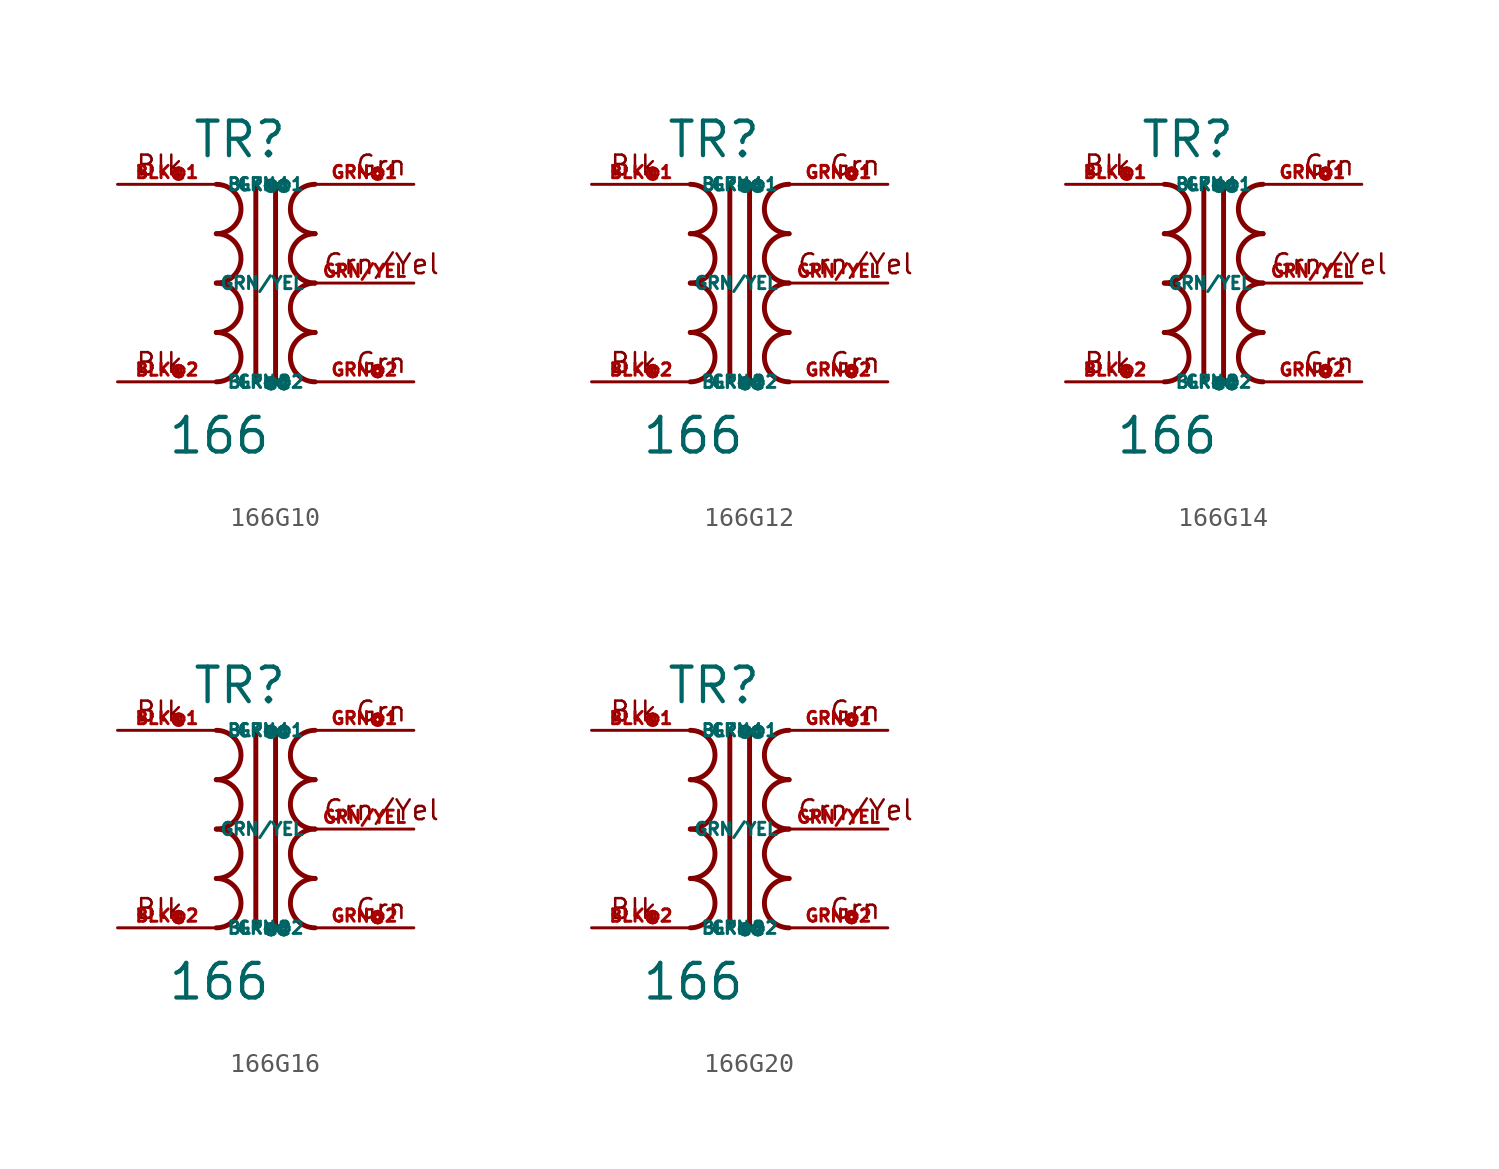
<source format=kicad_sym>
(kicad_symbol_lib
  (version 20220914)
  (generator Eagle2Kicad)
  (symbol "166G10"
    (property "Reference" "TR"
      (at -3.81 6.35 0)
      (effects (font (size 1.778 1.778) (thickness 0.22)) (justify left bottom)))
    (property "Value" "166"
      (at -5.08 -8.89 0)
      (effects (font (size 1.778 1.778) (thickness 0.22)) (justify left bottom)))
    (polyline
      (pts (xy -0.508 5.08) (xy -0.508 -5.08))
      (stroke (width 0.254) (type default))
      (fill (type none)))
    (arc
      (start -2.54 0)
      (mid -1.270 1.270)
      (end -2.54 2.54)
      (stroke (width 0.254) (type default))
      (fill (type none)))
    (arc
      (start -2.54 -2.54)
      (mid -1.270 -1.270)
      (end -2.54 0)
      (stroke (width 0.254) (type default))
      (fill (type none)))
    (arc
      (start -2.54 -5.08)
      (mid -1.270 -3.810)
      (end -2.54 -2.54)
      (stroke (width 0.254) (type default))
      (fill (type none)))
    (arc
      (start -2.54 2.54)
      (mid -1.270 3.810)
      (end -2.54 5.08)
      (stroke (width 0.254) (type default))
      (fill (type none)))
    (arc
      (start 2.54 2.54)
      (mid 1.270 1.270)
      (end 2.54 0)
      (stroke (width 0.254) (type default))
      (fill (type none)))
    (arc
      (start 2.54 5.08)
      (mid 1.270 3.810)
      (end 2.54 2.54)
      (stroke (width 0.254) (type default))
      (fill (type none)))
    (arc
      (start 2.54 0)
      (mid 1.270 -1.270)
      (end 2.54 -2.54)
      (stroke (width 0.254) (type default))
      (fill (type none)))
    (arc
      (start 2.54 -2.54)
      (mid 1.270 -3.810)
      (end 2.54 -5.08)
      (stroke (width 0.254) (type default))
      (fill (type none)))
    (polyline
      (pts (xy 0.508 5.08) (xy 0.508 -5.08))
      (stroke (width 0.254) (type default))
      (fill (type none)))
    (text "Blk"
      (at -6.731 5.461 0)
      (effects (font (size 1.016 1.016) (thickness 0.13)) (justify left bottom)))
    (text "Blk"
      (at -6.731 -4.699 0)
      (effects (font (size 1.016 1.016) (thickness 0.13)) (justify left bottom)))
    (text "Grn"
      (at 4.572 5.461 0)
      (effects (font (size 1.016 1.016) (thickness 0.13)) (justify left bottom)))
    (text "Grn"
      (at 4.572 -4.699 0)
      (effects (font (size 1.016 1.016) (thickness 0.13)) (justify left bottom)))
    (text "Grn/Yel"
      (at 2.921 0.381 0)
      (effects (font (size 1.016 1.016) (thickness 0.13)) (justify left bottom)))
    (pin passive line
      (at -7.62 5.08 0)
      (length 5.08)
      (name "BLK@1" (effects (font (size 0.635 0.635) (thickness 0.08)) (justify left bottom)))
      (number "BLK@1" (effects (font (size 0.635 0.635) (thickness 0.08)) (justify left bottom))))
    (pin passive line
      (at -7.62 -5.08 0)
      (length 5.08)
      (name "BLK@2" (effects (font (size 0.635 0.635) (thickness 0.08)) (justify left bottom)))
      (number "BLK@2" (effects (font (size 0.635 0.635) (thickness 0.08)) (justify left bottom))))
    (pin passive line
      (at 7.62 5.08 180)
      (length 5.08)
      (name "GRN@1" (effects (font (size 0.635 0.635) (thickness 0.08)) (justify left bottom)))
      (number "GRN@1" (effects (font (size 0.635 0.635) (thickness 0.08)) (justify left bottom))))
    (pin passive line
      (at 7.62 0 180)
      (length 5.08)
      (name "GRN/YEL" (effects (font (size 0.635 0.635) (thickness 0.08)) (justify left bottom)))
      (number "GRN/YEL" (effects (font (size 0.635 0.635) (thickness 0.08)) (justify left bottom))))
    (pin passive line
      (at 7.62 -5.08 180)
      (length 5.08)
      (name "GRN@2" (effects (font (size 0.635 0.635) (thickness 0.08)) (justify left bottom)))
      (number "GRN@2" (effects (font (size 0.635 0.635) (thickness 0.08)) (justify left bottom)))))
  (symbol "166G12"
    (property "Reference" "TR"
      (at -3.81 6.35 0)
      (effects (font (size 1.778 1.778) (thickness 0.22)) (justify left bottom)))
    (property "Value" "166"
      (at -5.08 -8.89 0)
      (effects (font (size 1.778 1.778) (thickness 0.22)) (justify left bottom)))
    (polyline
      (pts (xy -0.508 5.08) (xy -0.508 -5.08))
      (stroke (width 0.254) (type default))
      (fill (type none)))
    (arc
      (start -2.54 0)
      (mid -1.270 1.270)
      (end -2.54 2.54)
      (stroke (width 0.254) (type default))
      (fill (type none)))
    (arc
      (start -2.54 -2.54)
      (mid -1.270 -1.270)
      (end -2.54 0)
      (stroke (width 0.254) (type default))
      (fill (type none)))
    (arc
      (start -2.54 -5.08)
      (mid -1.270 -3.810)
      (end -2.54 -2.54)
      (stroke (width 0.254) (type default))
      (fill (type none)))
    (arc
      (start -2.54 2.54)
      (mid -1.270 3.810)
      (end -2.54 5.08)
      (stroke (width 0.254) (type default))
      (fill (type none)))
    (arc
      (start 2.54 2.54)
      (mid 1.270 1.270)
      (end 2.54 0)
      (stroke (width 0.254) (type default))
      (fill (type none)))
    (arc
      (start 2.54 5.08)
      (mid 1.270 3.810)
      (end 2.54 2.54)
      (stroke (width 0.254) (type default))
      (fill (type none)))
    (arc
      (start 2.54 0)
      (mid 1.270 -1.270)
      (end 2.54 -2.54)
      (stroke (width 0.254) (type default))
      (fill (type none)))
    (arc
      (start 2.54 -2.54)
      (mid 1.270 -3.810)
      (end 2.54 -5.08)
      (stroke (width 0.254) (type default))
      (fill (type none)))
    (polyline
      (pts (xy 0.508 5.08) (xy 0.508 -5.08))
      (stroke (width 0.254) (type default))
      (fill (type none)))
    (text "Blk"
      (at -6.731 5.461 0)
      (effects (font (size 1.016 1.016) (thickness 0.13)) (justify left bottom)))
    (text "Blk"
      (at -6.731 -4.699 0)
      (effects (font (size 1.016 1.016) (thickness 0.13)) (justify left bottom)))
    (text "Grn"
      (at 4.572 5.461 0)
      (effects (font (size 1.016 1.016) (thickness 0.13)) (justify left bottom)))
    (text "Grn"
      (at 4.572 -4.699 0)
      (effects (font (size 1.016 1.016) (thickness 0.13)) (justify left bottom)))
    (text "Grn/Yel"
      (at 2.921 0.381 0)
      (effects (font (size 1.016 1.016) (thickness 0.13)) (justify left bottom)))
    (pin passive line
      (at -7.62 5.08 0)
      (length 5.08)
      (name "BLK@1" (effects (font (size 0.635 0.635) (thickness 0.08)) (justify left bottom)))
      (number "BLK@1" (effects (font (size 0.635 0.635) (thickness 0.08)) (justify left bottom))))
    (pin passive line
      (at -7.62 -5.08 0)
      (length 5.08)
      (name "BLK@2" (effects (font (size 0.635 0.635) (thickness 0.08)) (justify left bottom)))
      (number "BLK@2" (effects (font (size 0.635 0.635) (thickness 0.08)) (justify left bottom))))
    (pin passive line
      (at 7.62 5.08 180)
      (length 5.08)
      (name "GRN@1" (effects (font (size 0.635 0.635) (thickness 0.08)) (justify left bottom)))
      (number "GRN@1" (effects (font (size 0.635 0.635) (thickness 0.08)) (justify left bottom))))
    (pin passive line
      (at 7.62 0 180)
      (length 5.08)
      (name "GRN/YEL" (effects (font (size 0.635 0.635) (thickness 0.08)) (justify left bottom)))
      (number "GRN/YEL" (effects (font (size 0.635 0.635) (thickness 0.08)) (justify left bottom))))
    (pin passive line
      (at 7.62 -5.08 180)
      (length 5.08)
      (name "GRN@2" (effects (font (size 0.635 0.635) (thickness 0.08)) (justify left bottom)))
      (number "GRN@2" (effects (font (size 0.635 0.635) (thickness 0.08)) (justify left bottom)))))
  (symbol "166G14"
    (property "Reference" "TR"
      (at -3.81 6.35 0)
      (effects (font (size 1.778 1.778) (thickness 0.22)) (justify left bottom)))
    (property "Value" "166"
      (at -5.08 -8.89 0)
      (effects (font (size 1.778 1.778) (thickness 0.22)) (justify left bottom)))
    (polyline
      (pts (xy -0.508 5.08) (xy -0.508 -5.08))
      (stroke (width 0.254) (type default))
      (fill (type none)))
    (arc
      (start -2.54 0)
      (mid -1.270 1.270)
      (end -2.54 2.54)
      (stroke (width 0.254) (type default))
      (fill (type none)))
    (arc
      (start -2.54 -2.54)
      (mid -1.270 -1.270)
      (end -2.54 0)
      (stroke (width 0.254) (type default))
      (fill (type none)))
    (arc
      (start -2.54 -5.08)
      (mid -1.270 -3.810)
      (end -2.54 -2.54)
      (stroke (width 0.254) (type default))
      (fill (type none)))
    (arc
      (start -2.54 2.54)
      (mid -1.270 3.810)
      (end -2.54 5.08)
      (stroke (width 0.254) (type default))
      (fill (type none)))
    (arc
      (start 2.54 2.54)
      (mid 1.270 1.270)
      (end 2.54 0)
      (stroke (width 0.254) (type default))
      (fill (type none)))
    (arc
      (start 2.54 5.08)
      (mid 1.270 3.810)
      (end 2.54 2.54)
      (stroke (width 0.254) (type default))
      (fill (type none)))
    (arc
      (start 2.54 0)
      (mid 1.270 -1.270)
      (end 2.54 -2.54)
      (stroke (width 0.254) (type default))
      (fill (type none)))
    (arc
      (start 2.54 -2.54)
      (mid 1.270 -3.810)
      (end 2.54 -5.08)
      (stroke (width 0.254) (type default))
      (fill (type none)))
    (polyline
      (pts (xy 0.508 5.08) (xy 0.508 -5.08))
      (stroke (width 0.254) (type default))
      (fill (type none)))
    (text "Blk"
      (at -6.731 5.461 0)
      (effects (font (size 1.016 1.016) (thickness 0.13)) (justify left bottom)))
    (text "Blk"
      (at -6.731 -4.699 0)
      (effects (font (size 1.016 1.016) (thickness 0.13)) (justify left bottom)))
    (text "Grn"
      (at 4.572 5.461 0)
      (effects (font (size 1.016 1.016) (thickness 0.13)) (justify left bottom)))
    (text "Grn"
      (at 4.572 -4.699 0)
      (effects (font (size 1.016 1.016) (thickness 0.13)) (justify left bottom)))
    (text "Grn/Yel"
      (at 2.921 0.381 0)
      (effects (font (size 1.016 1.016) (thickness 0.13)) (justify left bottom)))
    (pin passive line
      (at -7.62 5.08 0)
      (length 5.08)
      (name "BLK@1" (effects (font (size 0.635 0.635) (thickness 0.08)) (justify left bottom)))
      (number "BLK@1" (effects (font (size 0.635 0.635) (thickness 0.08)) (justify left bottom))))
    (pin passive line
      (at -7.62 -5.08 0)
      (length 5.08)
      (name "BLK@2" (effects (font (size 0.635 0.635) (thickness 0.08)) (justify left bottom)))
      (number "BLK@2" (effects (font (size 0.635 0.635) (thickness 0.08)) (justify left bottom))))
    (pin passive line
      (at 7.62 5.08 180)
      (length 5.08)
      (name "GRN@1" (effects (font (size 0.635 0.635) (thickness 0.08)) (justify left bottom)))
      (number "GRN@1" (effects (font (size 0.635 0.635) (thickness 0.08)) (justify left bottom))))
    (pin passive line
      (at 7.62 0 180)
      (length 5.08)
      (name "GRN/YEL" (effects (font (size 0.635 0.635) (thickness 0.08)) (justify left bottom)))
      (number "GRN/YEL" (effects (font (size 0.635 0.635) (thickness 0.08)) (justify left bottom))))
    (pin passive line
      (at 7.62 -5.08 180)
      (length 5.08)
      (name "GRN@2" (effects (font (size 0.635 0.635) (thickness 0.08)) (justify left bottom)))
      (number "GRN@2" (effects (font (size 0.635 0.635) (thickness 0.08)) (justify left bottom)))))
  (symbol "166G16"
    (property "Reference" "TR"
      (at -3.81 6.35 0)
      (effects (font (size 1.778 1.778) (thickness 0.22)) (justify left bottom)))
    (property "Value" "166"
      (at -5.08 -8.89 0)
      (effects (font (size 1.778 1.778) (thickness 0.22)) (justify left bottom)))
    (polyline
      (pts (xy -0.508 5.08) (xy -0.508 -5.08))
      (stroke (width 0.254) (type default))
      (fill (type none)))
    (arc
      (start -2.54 0)
      (mid -1.270 1.270)
      (end -2.54 2.54)
      (stroke (width 0.254) (type default))
      (fill (type none)))
    (arc
      (start -2.54 -2.54)
      (mid -1.270 -1.270)
      (end -2.54 0)
      (stroke (width 0.254) (type default))
      (fill (type none)))
    (arc
      (start -2.54 -5.08)
      (mid -1.270 -3.810)
      (end -2.54 -2.54)
      (stroke (width 0.254) (type default))
      (fill (type none)))
    (arc
      (start -2.54 2.54)
      (mid -1.270 3.810)
      (end -2.54 5.08)
      (stroke (width 0.254) (type default))
      (fill (type none)))
    (arc
      (start 2.54 2.54)
      (mid 1.270 1.270)
      (end 2.54 0)
      (stroke (width 0.254) (type default))
      (fill (type none)))
    (arc
      (start 2.54 5.08)
      (mid 1.270 3.810)
      (end 2.54 2.54)
      (stroke (width 0.254) (type default))
      (fill (type none)))
    (arc
      (start 2.54 0)
      (mid 1.270 -1.270)
      (end 2.54 -2.54)
      (stroke (width 0.254) (type default))
      (fill (type none)))
    (arc
      (start 2.54 -2.54)
      (mid 1.270 -3.810)
      (end 2.54 -5.08)
      (stroke (width 0.254) (type default))
      (fill (type none)))
    (polyline
      (pts (xy 0.508 5.08) (xy 0.508 -5.08))
      (stroke (width 0.254) (type default))
      (fill (type none)))
    (text "Blk"
      (at -6.731 5.461 0)
      (effects (font (size 1.016 1.016) (thickness 0.13)) (justify left bottom)))
    (text "Blk"
      (at -6.731 -4.699 0)
      (effects (font (size 1.016 1.016) (thickness 0.13)) (justify left bottom)))
    (text "Grn"
      (at 4.572 5.461 0)
      (effects (font (size 1.016 1.016) (thickness 0.13)) (justify left bottom)))
    (text "Grn"
      (at 4.572 -4.699 0)
      (effects (font (size 1.016 1.016) (thickness 0.13)) (justify left bottom)))
    (text "Grn/Yel"
      (at 2.921 0.381 0)
      (effects (font (size 1.016 1.016) (thickness 0.13)) (justify left bottom)))
    (pin passive line
      (at -7.62 5.08 0)
      (length 5.08)
      (name "BLK@1" (effects (font (size 0.635 0.635) (thickness 0.08)) (justify left bottom)))
      (number "BLK@1" (effects (font (size 0.635 0.635) (thickness 0.08)) (justify left bottom))))
    (pin passive line
      (at -7.62 -5.08 0)
      (length 5.08)
      (name "BLK@2" (effects (font (size 0.635 0.635) (thickness 0.08)) (justify left bottom)))
      (number "BLK@2" (effects (font (size 0.635 0.635) (thickness 0.08)) (justify left bottom))))
    (pin passive line
      (at 7.62 5.08 180)
      (length 5.08)
      (name "GRN@1" (effects (font (size 0.635 0.635) (thickness 0.08)) (justify left bottom)))
      (number "GRN@1" (effects (font (size 0.635 0.635) (thickness 0.08)) (justify left bottom))))
    (pin passive line
      (at 7.62 0 180)
      (length 5.08)
      (name "GRN/YEL" (effects (font (size 0.635 0.635) (thickness 0.08)) (justify left bottom)))
      (number "GRN/YEL" (effects (font (size 0.635 0.635) (thickness 0.08)) (justify left bottom))))
    (pin passive line
      (at 7.62 -5.08 180)
      (length 5.08)
      (name "GRN@2" (effects (font (size 0.635 0.635) (thickness 0.08)) (justify left bottom)))
      (number "GRN@2" (effects (font (size 0.635 0.635) (thickness 0.08)) (justify left bottom)))))
  (symbol "166G20"
    (property "Reference" "TR"
      (at -3.81 6.35 0)
      (effects (font (size 1.778 1.778) (thickness 0.22)) (justify left bottom)))
    (property "Value" "166"
      (at -5.08 -8.89 0)
      (effects (font (size 1.778 1.778) (thickness 0.22)) (justify left bottom)))
    (polyline
      (pts (xy -0.508 5.08) (xy -0.508 -5.08))
      (stroke (width 0.254) (type default))
      (fill (type none)))
    (arc
      (start -2.54 0)
      (mid -1.270 1.270)
      (end -2.54 2.54)
      (stroke (width 0.254) (type default))
      (fill (type none)))
    (arc
      (start -2.54 -2.54)
      (mid -1.270 -1.270)
      (end -2.54 0)
      (stroke (width 0.254) (type default))
      (fill (type none)))
    (arc
      (start -2.54 -5.08)
      (mid -1.270 -3.810)
      (end -2.54 -2.54)
      (stroke (width 0.254) (type default))
      (fill (type none)))
    (arc
      (start -2.54 2.54)
      (mid -1.270 3.810)
      (end -2.54 5.08)
      (stroke (width 0.254) (type default))
      (fill (type none)))
    (arc
      (start 2.54 2.54)
      (mid 1.270 1.270)
      (end 2.54 0)
      (stroke (width 0.254) (type default))
      (fill (type none)))
    (arc
      (start 2.54 5.08)
      (mid 1.270 3.810)
      (end 2.54 2.54)
      (stroke (width 0.254) (type default))
      (fill (type none)))
    (arc
      (start 2.54 0)
      (mid 1.270 -1.270)
      (end 2.54 -2.54)
      (stroke (width 0.254) (type default))
      (fill (type none)))
    (arc
      (start 2.54 -2.54)
      (mid 1.270 -3.810)
      (end 2.54 -5.08)
      (stroke (width 0.254) (type default))
      (fill (type none)))
    (polyline
      (pts (xy 0.508 5.08) (xy 0.508 -5.08))
      (stroke (width 0.254) (type default))
      (fill (type none)))
    (text "Blk"
      (at -6.731 5.461 0)
      (effects (font (size 1.016 1.016) (thickness 0.13)) (justify left bottom)))
    (text "Blk"
      (at -6.731 -4.699 0)
      (effects (font (size 1.016 1.016) (thickness 0.13)) (justify left bottom)))
    (text "Grn"
      (at 4.572 5.461 0)
      (effects (font (size 1.016 1.016) (thickness 0.13)) (justify left bottom)))
    (text "Grn"
      (at 4.572 -4.699 0)
      (effects (font (size 1.016 1.016) (thickness 0.13)) (justify left bottom)))
    (text "Grn/Yel"
      (at 2.921 0.381 0)
      (effects (font (size 1.016 1.016) (thickness 0.13)) (justify left bottom)))
    (pin passive line
      (at -7.62 5.08 0)
      (length 5.08)
      (name "BLK@1" (effects (font (size 0.635 0.635) (thickness 0.08)) (justify left bottom)))
      (number "BLK@1" (effects (font (size 0.635 0.635) (thickness 0.08)) (justify left bottom))))
    (pin passive line
      (at -7.62 -5.08 0)
      (length 5.08)
      (name "BLK@2" (effects (font (size 0.635 0.635) (thickness 0.08)) (justify left bottom)))
      (number "BLK@2" (effects (font (size 0.635 0.635) (thickness 0.08)) (justify left bottom))))
    (pin passive line
      (at 7.62 5.08 180)
      (length 5.08)
      (name "GRN@1" (effects (font (size 0.635 0.635) (thickness 0.08)) (justify left bottom)))
      (number "GRN@1" (effects (font (size 0.635 0.635) (thickness 0.08)) (justify left bottom))))
    (pin passive line
      (at 7.62 0 180)
      (length 5.08)
      (name "GRN/YEL" (effects (font (size 0.635 0.635) (thickness 0.08)) (justify left bottom)))
      (number "GRN/YEL" (effects (font (size 0.635 0.635) (thickness 0.08)) (justify left bottom))))
    (pin passive line
      (at 7.62 -5.08 180)
      (length 5.08)
      (name "GRN@2" (effects (font (size 0.635 0.635) (thickness 0.08)) (justify left bottom)))
      (number "GRN@2" (effects (font (size 0.635 0.635) (thickness 0.08)) (justify left bottom))))))
</source>
